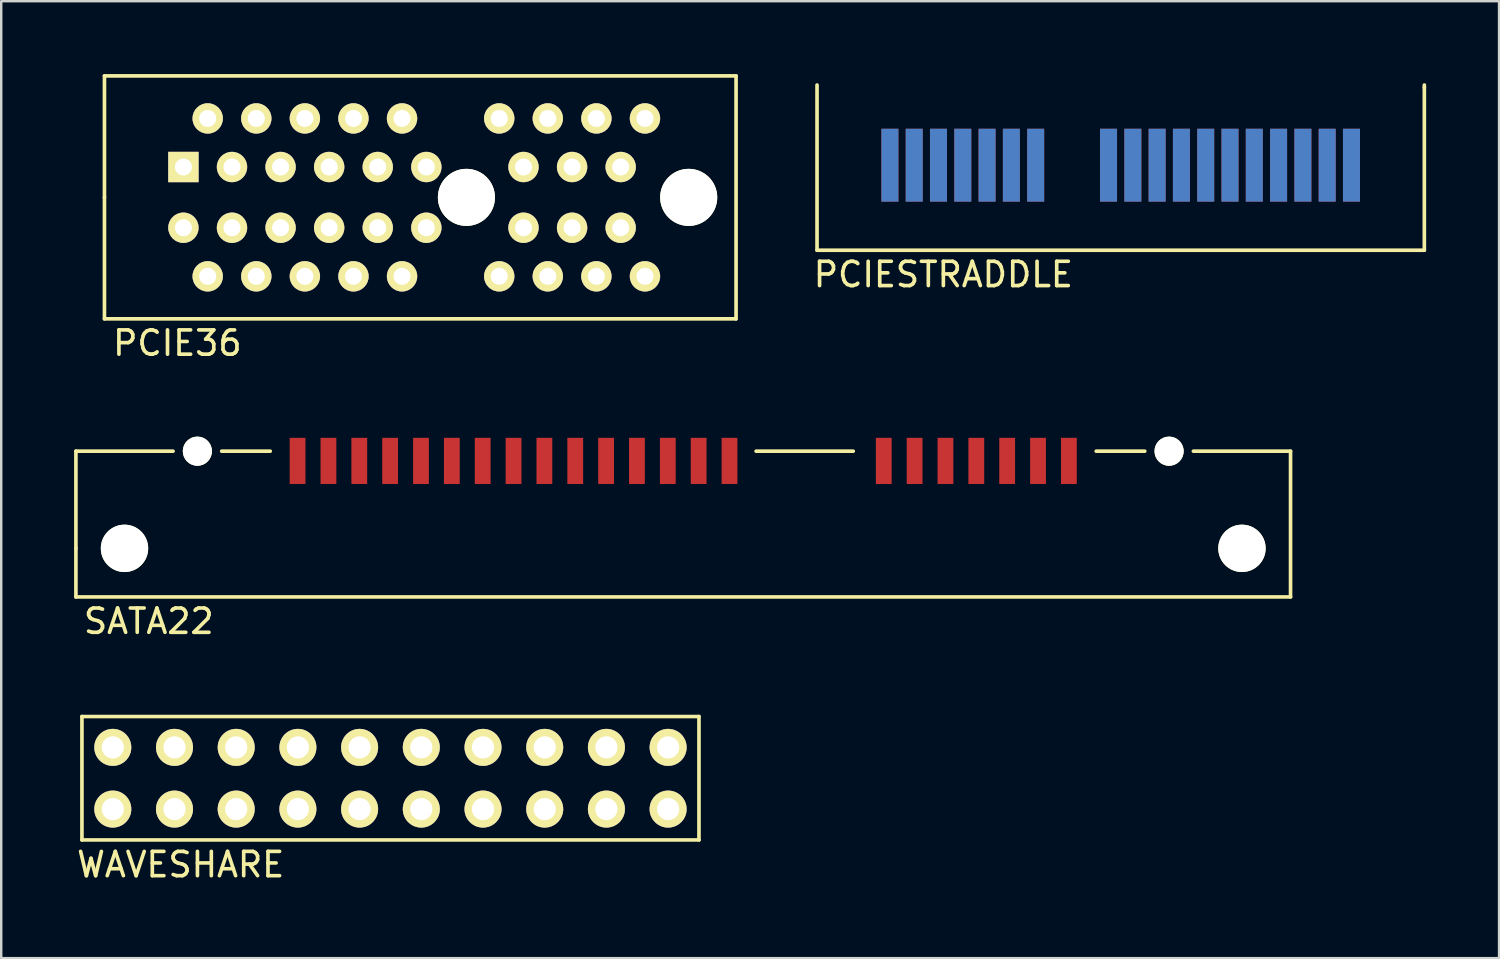
<source format=kicad_pcb>
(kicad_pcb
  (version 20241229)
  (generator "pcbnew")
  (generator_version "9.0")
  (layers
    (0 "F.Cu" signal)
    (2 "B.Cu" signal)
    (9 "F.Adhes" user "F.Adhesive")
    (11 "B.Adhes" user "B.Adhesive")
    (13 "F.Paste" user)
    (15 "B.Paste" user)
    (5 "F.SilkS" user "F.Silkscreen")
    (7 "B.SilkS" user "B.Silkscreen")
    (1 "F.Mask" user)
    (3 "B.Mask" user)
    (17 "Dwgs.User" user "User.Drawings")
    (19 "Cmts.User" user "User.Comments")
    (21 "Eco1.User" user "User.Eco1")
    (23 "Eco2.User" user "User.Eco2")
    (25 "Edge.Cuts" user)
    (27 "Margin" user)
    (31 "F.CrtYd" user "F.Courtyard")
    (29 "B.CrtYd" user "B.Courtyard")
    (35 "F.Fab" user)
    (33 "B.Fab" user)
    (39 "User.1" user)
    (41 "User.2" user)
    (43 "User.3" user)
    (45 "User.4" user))
  (footprint "PCIESTRADDLE"
    (layer "F.Cu")
    (at 41.083 0.25)
    (property "Reference" "PCIESTRADDLE" (at -5.3 8 0) (layer "F.SilkS") (effects (font (size 1 1) (thickness 0.15))))
    (attr through_hole)
    (fp_line (start -10.5 0.2) (end -10.5 7) (stroke (width 0.15) (type solid)) (layer "F.SilkS"))
    (fp_line (start -10.5 7) (end 14.5 7) (stroke (width 0.15) (type solid)) (layer "F.SilkS"))
    (fp_line (start 14.5 0.3) (end 14.5 0.2) (stroke (width 0.15) (type solid)) (layer "F.SilkS"))
    (fp_line (start 14.5 7) (end 14.5 0.3) (stroke (width 0.15) (type solid)) (layer "F.SilkS"))
    (pad "A1" smd rect (at 11.5 3.5) (size 0.7 3) (layers "B.Cu" "B.Mask" "B.Paste"))
    (pad "A2" smd rect (at 10.5 3.5) (size 0.7 3) (layers "B.Cu" "B.Mask" "B.Paste"))
    (pad "A3" smd rect (at 9.5 3.5) (size 0.7 3) (layers "B.Cu" "B.Mask" "B.Paste"))
    (pad "A4" smd rect (at 8.5 3.5) (size 0.7 3) (layers "B.Cu" "B.Mask" "B.Paste"))
    (pad "A5" smd rect (at 7.5 3.5) (size 0.7 3) (layers "B.Cu" "B.Mask" "B.Paste"))
    (pad "A6" smd rect (at 6.5 3.5) (size 0.7 3) (layers "B.Cu" "B.Mask" "B.Paste"))
    (pad "A7" smd rect (at 5.5 3.5) (size 0.7 3) (layers "B.Cu" "B.Mask" "B.Paste"))
    (pad "A8" smd rect (at 4.5 3.5) (size 0.7 3) (layers "B.Cu" "B.Mask" "B.Paste"))
    (pad "A9" smd rect (at 3.5 3.5) (size 0.7 3) (layers "B.Cu" "B.Mask" "B.Paste"))
    (pad "A10" smd rect (at 2.5 3.5) (size 0.7 3) (layers "B.Cu" "B.Mask" "B.Paste"))
    (pad "A11" smd rect (at 1.5 3.5) (size 0.7 3) (layers "B.Cu" "B.Mask" "B.Paste"))
    (pad "A12" smd rect (at -1.5 3.5) (size 0.7 3) (layers "B.Cu" "B.Mask" "B.Paste"))
    (pad "A13" smd rect (at -2.5 3.5) (size 0.7 3) (layers "B.Cu" "B.Mask" "B.Paste"))
    (pad "A14" smd rect (at -3.5 3.5) (size 0.7 3) (layers "B.Cu" "B.Mask" "B.Paste"))
    (pad "A15" smd rect (at -4.5 3.5) (size 0.7 3) (layers "B.Cu" "B.Mask" "B.Paste"))
    (pad "A16" smd rect (at -5.5 3.5) (size 0.7 3) (layers "B.Cu" "B.Mask" "B.Paste"))
    (pad "A17" smd rect (at -6.5 3.5) (size 0.7 3) (layers "B.Cu" "B.Mask" "B.Paste"))
    (pad "A18" smd rect (at -7.5 3.5) (size 0.7 3) (layers "B.Cu" "B.Mask" "B.Paste"))
    (pad "B1" smd rect (at 11.5 3.5) (size 0.7 3) (layers "F.Cu" "F.Mask" "F.Paste"))
    (pad "B2" smd rect (at 10.5 3.5) (size 0.7 3) (layers "F.Cu" "F.Mask" "F.Paste"))
    (pad "B3" smd rect (at 9.5 3.5) (size 0.7 3) (layers "F.Cu" "F.Mask" "F.Paste"))
    (pad "B4" smd rect (at 8.5 3.5) (size 0.7 3) (layers "F.Cu" "F.Mask" "F.Paste"))
    (pad "B5" smd rect (at 7.5 3.5) (size 0.7 3) (layers "F.Cu" "F.Mask" "F.Paste"))
    (pad "B6" smd rect (at 6.5 3.5) (size 0.7 3) (layers "F.Cu" "F.Mask" "F.Paste"))
    (pad "B7" smd rect (at 5.5 3.5) (size 0.7 3) (layers "F.Cu" "F.Mask" "F.Paste"))
    (pad "B8" smd rect (at 4.5 3.5) (size 0.7 3) (layers "F.Cu" "F.Mask" "F.Paste"))
    (pad "B9" smd rect (at 3.5 3.5) (size 0.7 3) (layers "F.Cu" "F.Mask" "F.Paste"))
    (pad "B10" smd rect (at 2.5 3.5) (size 0.7 3) (layers "F.Cu" "F.Mask" "F.Paste"))
    (pad "B11" smd rect (at 1.5 3.5) (size 0.7 3) (layers "F.Cu" "F.Mask" "F.Paste"))
    (pad "B12" smd rect (at -1.5 3.5) (size 0.7 3) (layers "F.Cu" "F.Mask" "F.Paste"))
    (pad "B13" smd rect (at -2.5 3.5) (size 0.7 3) (layers "F.Cu" "F.Mask" "F.Paste"))
    (pad "B14" smd rect (at -3.5 3.5) (size 0.7 3) (layers "F.Cu" "F.Mask" "F.Paste"))
    (pad "B15" smd rect (at -4.5 3.5) (size 0.7 3) (layers "F.Cu" "F.Mask" "F.Paste"))
    (pad "B16" smd rect (at -5.5 3.5) (size 0.7 3) (layers "F.Cu" "F.Mask" "F.Paste"))
    (pad "B17" smd rect (at -6.5 3.5) (size 0.7 3) (layers "F.Cu" "F.Mask" "F.Paste"))
    (pad "B18" smd rect (at -7.5 3.5) (size 0.7 3) (layers "F.Cu" "F.Mask" "F.Paste")))
  (footprint "WAVESHARE"
    (layer "F.Cu")
    (at 1.593 30.256)
    (property "Reference" "WAVESHARE" (at 2.794 2.286 0) (layer "F.SilkS") (effects (font (size 1 1) (thickness 0.15))))
    (attr through_hole)
    (fp_line (start -1.27 -3.81) (end -1.27 1.27) (stroke (width 0.15) (type solid)) (layer "F.SilkS"))
    (fp_line (start -1.27 1.27) (end 24.13 1.27) (stroke (width 0.15) (type solid)) (layer "F.SilkS"))
    (fp_line (start 24.13 -3.81) (end -1.27 -3.81) (stroke (width 0.15) (type solid)) (layer "F.SilkS"))
    (fp_line (start 24.13 1.27) (end 24.13 -3.81) (stroke (width 0.15) (type solid)) (layer "F.SilkS"))
    (pad "1" thru_hole circle (at 0 0) (size 1.524 1.524) (drill 0.914) (layers "*.Cu" "*.Mask" "F.SilkS"))
    (pad "2" thru_hole circle (at 2.54 0) (size 1.524 1.524) (drill 0.914) (layers "*.Cu" "*.Mask" "F.SilkS"))
    (pad "3" thru_hole circle (at 5.08 0) (size 1.524 1.524) (drill 0.914) (layers "*.Cu" "*.Mask" "F.SilkS"))
    (pad "4" thru_hole circle (at 7.62 0) (size 1.524 1.524) (drill 0.914) (layers "*.Cu" "*.Mask" "F.SilkS"))
    (pad "5" thru_hole circle (at 10.16 0) (size 1.524 1.524) (drill 0.914) (layers "*.Cu" "*.Mask" "F.SilkS"))
    (pad "6" thru_hole circle (at 12.7 0) (size 1.524 1.524) (drill 0.914) (layers "*.Cu" "*.Mask" "F.SilkS"))
    (pad "7" thru_hole circle (at 15.24 0) (size 1.524 1.524) (drill 0.914) (layers "*.Cu" "*.Mask" "F.SilkS"))
    (pad "8" thru_hole circle (at 17.78 0) (size 1.524 1.524) (drill 0.914) (layers "*.Cu" "*.Mask" "F.SilkS"))
    (pad "9" thru_hole circle (at 20.32 0) (size 1.524 1.524) (drill 0.914) (layers "*.Cu" "*.Mask" "F.SilkS"))
    (pad "10" thru_hole circle (at 22.86 0) (size 1.524 1.524) (drill 0.914) (layers "*.Cu" "*.Mask" "F.SilkS"))
    (pad "11" thru_hole circle (at 22.86 -2.54) (size 1.524 1.524) (drill 0.914) (layers "*.Cu" "*.Mask" "F.SilkS"))
    (pad "12" thru_hole circle (at 20.32 -2.54) (size 1.524 1.524) (drill 0.914) (layers "*.Cu" "*.Mask" "F.SilkS"))
    (pad "13" thru_hole circle (at 17.78 -2.54) (size 1.524 1.524) (drill 0.914) (layers "*.Cu" "*.Mask" "F.SilkS"))
    (pad "14" thru_hole circle (at 15.24 -2.54) (size 1.524 1.524) (drill 0.914) (layers "*.Cu" "*.Mask" "F.SilkS"))
    (pad "15" thru_hole circle (at 12.7 -2.54) (size 1.524 1.524) (drill 0.914) (layers "*.Cu" "*.Mask" "F.SilkS"))
    (pad "16" thru_hole circle (at 10.16 -2.54) (size 1.524 1.524) (drill 0.914) (layers "*.Cu" "*.Mask" "F.SilkS"))
    (pad "17" thru_hole circle (at 7.62 -2.54) (size 1.524 1.524) (drill 0.914) (layers "*.Cu" "*.Mask" "F.SilkS"))
    (pad "18" thru_hole circle (at 5.08 -2.54) (size 1.524 1.524) (drill 0.914) (layers "*.Cu" "*.Mask" "F.SilkS"))
    (pad "19" thru_hole circle (at 2.54 -2.54) (size 1.524 1.524) (drill 0.914) (layers "*.Cu" "*.Mask" "F.SilkS"))
    (pad "20" thru_hole circle (at 0 -2.54) (size 1.524 1.524) (drill 0.914) (layers "*.Cu" "*.Mask" "F.SilkS")))
  (footprint "PCIE36"
    (layer "F.Cu")
    (at 0.25 5.075)
    (property "Reference" "PCIE36" (at 4 6 0) (layer "F.SilkS") (effects (font (size 1 1) (thickness 0.15))))
    (attr through_hole)
    (fp_line (start 1 -5) (end 27 -5) (stroke (width 0.15) (type solid)) (layer "F.SilkS"))
    (fp_line (start 1 0) (end 1 -5) (stroke (width 0.15) (type solid)) (layer "F.SilkS"))
    (fp_line (start 1 5) (end 1 0) (stroke (width 0.15) (type solid)) (layer "F.SilkS"))
    (fp_line (start 27 -5) (end 27 5) (stroke (width 0.15) (type solid)) (layer "F.SilkS"))
    (fp_line (start 27 5) (end 1 5) (stroke (width 0.15) (type solid)) (layer "F.SilkS"))
    (pad "" np_thru_hole circle (at 15.9 0) (size 2.35 2.35) (drill 2.35) (layers "*.Cu" "*.Mask" "F.SilkS"))
    (pad "" np_thru_hole circle (at 25.05 0) (size 2.35 2.35) (drill 2.35) (layers "*.Cu" "*.Mask" "F.SilkS"))
    (pad "A1" thru_hole rect (at 4.25 -1.25) (size 1.25 1.25) (drill 0.7) (layers "*.Cu" "*.Mask" "F.SilkS"))
    (pad "A2" thru_hole circle (at 5.25 -3.25) (size 1.25 1.25) (drill 0.7) (layers "*.Cu" "*.Mask" "F.SilkS"))
    (pad "A3" thru_hole circle (at 6.25 -1.25) (size 1.25 1.25) (drill 0.7) (layers "*.Cu" "*.Mask" "F.SilkS"))
    (pad "A4" thru_hole circle (at 7.25 -3.25) (size 1.25 1.25) (drill 0.7) (layers "*.Cu" "*.Mask" "F.SilkS"))
    (pad "A5" thru_hole circle (at 8.25 -1.25) (size 1.25 1.25) (drill 0.7) (layers "*.Cu" "*.Mask" "F.SilkS"))
    (pad "A6" thru_hole circle (at 9.25 -3.25) (size 1.25 1.25) (drill 0.7) (layers "*.Cu" "*.Mask" "F.SilkS"))
    (pad "A7" thru_hole circle (at 10.25 -1.25) (size 1.25 1.25) (drill 0.7) (layers "*.Cu" "*.Mask" "F.SilkS"))
    (pad "A8" thru_hole circle (at 11.25 -3.25) (size 1.25 1.25) (drill 0.7) (layers "*.Cu" "*.Mask" "F.SilkS"))
    (pad "A9" thru_hole circle (at 12.25 -1.25) (size 1.25 1.25) (drill 0.7) (layers "*.Cu" "*.Mask" "F.SilkS"))
    (pad "A10" thru_hole circle (at 13.25 -3.25) (size 1.25 1.25) (drill 0.7) (layers "*.Cu" "*.Mask" "F.SilkS"))
    (pad "A11" thru_hole circle (at 14.25 -1.25) (size 1.25 1.25) (drill 0.7) (layers "*.Cu" "*.Mask" "F.SilkS"))
    (pad "A12" thru_hole circle (at 17.25 -3.25) (size 1.25 1.25) (drill 0.7) (layers "*.Cu" "*.Mask" "F.SilkS"))
    (pad "A13" thru_hole circle (at 18.25 -1.25) (size 1.25 1.25) (drill 0.7) (layers "*.Cu" "*.Mask" "F.SilkS"))
    (pad "A14" thru_hole circle (at 19.25 -3.25) (size 1.25 1.25) (drill 0.7) (layers "*.Cu" "*.Mask" "F.SilkS"))
    (pad "A15" thru_hole circle (at 20.25 -1.25) (size 1.25 1.25) (drill 0.7) (layers "*.Cu" "*.Mask" "F.SilkS"))
    (pad "A16" thru_hole circle (at 21.25 -3.25) (size 1.25 1.25) (drill 0.7) (layers "*.Cu" "*.Mask" "F.SilkS"))
    (pad "A17" thru_hole circle (at 22.25 -1.25) (size 1.25 1.25) (drill 0.7) (layers "*.Cu" "*.Mask" "F.SilkS"))
    (pad "A18" thru_hole circle (at 23.25 -3.25) (size 1.25 1.25) (drill 0.7) (layers "*.Cu" "*.Mask" "F.SilkS"))
    (pad "B1" thru_hole circle (at 4.25 1.25) (size 1.25 1.25) (drill 0.7) (layers "*.Cu" "*.Mask" "F.SilkS"))
    (pad "B2" thru_hole circle (at 5.25 3.25) (size 1.25 1.25) (drill 0.7) (layers "*.Cu" "*.Mask" "F.SilkS"))
    (pad "B3" thru_hole circle (at 6.25 1.25) (size 1.25 1.25) (drill 0.7) (layers "*.Cu" "*.Mask" "F.SilkS"))
    (pad "B4" thru_hole circle (at 7.25 3.25) (size 1.25 1.25) (drill 0.7) (layers "*.Cu" "*.Mask" "F.SilkS"))
    (pad "B5" thru_hole circle (at 8.25 1.25) (size 1.25 1.25) (drill 0.7) (layers "*.Cu" "*.Mask" "F.SilkS"))
    (pad "B6" thru_hole circle (at 9.25 3.25) (size 1.25 1.25) (drill 0.7) (layers "*.Cu" "*.Mask" "F.SilkS"))
    (pad "B7" thru_hole circle (at 10.25 1.25) (size 1.25 1.25) (drill 0.7) (layers "*.Cu" "*.Mask" "F.SilkS"))
    (pad "B8" thru_hole circle (at 11.25 3.25) (size 1.25 1.25) (drill 0.7) (layers "*.Cu" "*.Mask" "F.SilkS"))
    (pad "B9" thru_hole circle (at 12.25 1.25) (size 1.25 1.25) (drill 0.7) (layers "*.Cu" "*.Mask" "F.SilkS"))
    (pad "B10" thru_hole circle (at 13.25 3.25) (size 1.25 1.25) (drill 0.7) (layers "*.Cu" "*.Mask" "F.SilkS"))
    (pad "B11" thru_hole circle (at 14.25 1.25) (size 1.25 1.25) (drill 0.7) (layers "*.Cu" "*.Mask" "F.SilkS"))
    (pad "B12" thru_hole circle (at 17.25 3.25) (size 1.25 1.25) (drill 0.7) (layers "*.Cu" "*.Mask" "F.SilkS"))
    (pad "B13" thru_hole circle (at 18.25 1.25) (size 1.25 1.25) (drill 0.7) (layers "*.Cu" "*.Mask" "F.SilkS"))
    (pad "B14" thru_hole circle (at 19.25 3.25) (size 1.25 1.25) (drill 0.7) (layers "*.Cu" "*.Mask" "F.SilkS"))
    (pad "B15" thru_hole circle (at 20.25 1.25) (size 1.25 1.25) (drill 0.7) (layers "*.Cu" "*.Mask" "F.SilkS"))
    (pad "B16" thru_hole circle (at 21.25 3.25) (size 1.25 1.25) (drill 0.7) (layers "*.Cu" "*.Mask" "F.SilkS"))
    (pad "B17" thru_hole circle (at 22.25 1.25) (size 1.25 1.25) (drill 0.7) (layers "*.Cu" "*.Mask" "F.SilkS"))
    (pad "B18" thru_hole circle (at 23.25 3.25) (size 1.25 1.25) (drill 0.7) (layers "*.Cu" "*.Mask" "F.SilkS")))
  (footprint "SATA22"
    (layer "F.Cu")
    (at 25.075 19.523)
    (property "Reference" "SATA22" (at -22 3 0) (layer "F.SilkS") (effects (font (size 1 1) (thickness 0.15))))
    (attr through_hole)
    (fp_line (start -25 -4) (end -21 -4) (stroke (width 0.15) (type solid)) (layer "F.SilkS"))
    (fp_line (start -25 0) (end -25 -4) (stroke (width 0.15) (type solid)) (layer "F.SilkS"))
    (fp_line (start -25 2) (end -25 0) (stroke (width 0.15) (type solid)) (layer "F.SilkS"))
    (fp_line (start -19 -4) (end -17 -4) (stroke (width 0.15) (type solid)) (layer "F.SilkS"))
    (fp_line (start 3 -4) (end 7 -4) (stroke (width 0.15) (type solid)) (layer "F.SilkS"))
    (fp_line (start 17 -4) (end 19 -4) (stroke (width 0.15) (type solid)) (layer "F.SilkS"))
    (fp_line (start 21 -4) (end 25 -4) (stroke (width 0.15) (type solid)) (layer "F.SilkS"))
    (fp_line (start 25 -4) (end 25 2) (stroke (width 0.15) (type solid)) (layer "F.SilkS"))
    (fp_line (start 25 2) (end -25 2) (stroke (width 0.15) (type solid)) (layer "F.SilkS"))
    (pad "" np_thru_hole circle (at -23 0) (size 1.95 1.95) (drill 1.95) (layers "*.Cu" "*.Mask" "F.SilkS"))
    (pad "" np_thru_hole circle (at -20 -4) (size 1.2 1.2) (drill 1.2) (layers "*.Cu" "*.Mask" "F.SilkS"))
    (pad "" np_thru_hole circle (at 20 -4) (size 1.2 1.2) (drill 1.2) (layers "*.Cu" "*.Mask" "F.SilkS"))
    (pad "" np_thru_hole circle (at 23 0) (size 1.95 1.95) (drill 1.95) (layers "*.Cu" "*.Mask" "F.SilkS"))
    (pad "P1" smd rect (at 1.905 -3.6) (size 0.65 1.9) (layers "F.Cu" "F.Mask" "F.Paste"))
    (pad "P2" smd rect (at 0.635 -3.6) (size 0.65 1.9) (layers "F.Cu" "F.Mask" "F.Paste"))
    (pad "P3" smd rect (at -0.635 -3.6) (size 0.65 1.9) (layers "F.Cu" "F.Mask" "F.Paste"))
    (pad "P4" smd rect (at -1.905 -3.6) (size 0.65 1.9) (layers "F.Cu" "F.Mask" "F.Paste"))
    (pad "P5" smd rect (at -3.175 -3.6) (size 0.65 1.9) (layers "F.Cu" "F.Mask" "F.Paste"))
    (pad "P6" smd rect (at -4.445 -3.6) (size 0.65 1.9) (layers "F.Cu" "F.Mask" "F.Paste"))
    (pad "P7" smd rect (at -5.715 -3.6) (size 0.65 1.9) (layers "F.Cu" "F.Mask" "F.Paste"))
    (pad "P8" smd rect (at -6.985 -3.6) (size 0.65 1.9) (layers "F.Cu" "F.Mask" "F.Paste"))
    (pad "P9" smd rect (at -8.255 -3.6) (size 0.65 1.9) (layers "F.Cu" "F.Mask" "F.Paste"))
    (pad "P10" smd rect (at -9.525 -3.6) (size 0.65 1.9) (layers "F.Cu" "F.Mask" "F.Paste"))
    (pad "P11" smd rect (at -10.795 -3.6) (size 0.65 1.9) (layers "F.Cu" "F.Mask" "F.Paste"))
    (pad "P12" smd rect (at -12.065 -3.6) (size 0.65 1.9) (layers "F.Cu" "F.Mask" "F.Paste"))
    (pad "P13" smd rect (at -13.335 -3.6) (size 0.65 1.9) (layers "F.Cu" "F.Mask" "F.Paste"))
    (pad "P14" smd rect (at -14.605 -3.6) (size 0.65 1.9) (layers "F.Cu" "F.Mask" "F.Paste"))
    (pad "P15" smd rect (at -15.875 -3.6) (size 0.65 1.9) (layers "F.Cu" "F.Mask" "F.Paste"))
    (pad "S1" smd rect (at 15.875 -3.6) (size 0.65 1.9) (layers "F.Cu" "F.Mask" "F.Paste"))
    (pad "S2" smd rect (at 14.605 -3.6) (size 0.65 1.9) (layers "F.Cu" "F.Mask" "F.Paste"))
    (pad "S3" smd rect (at 13.335 -3.6) (size 0.65 1.9) (layers "F.Cu" "F.Mask" "F.Paste"))
    (pad "S4" smd rect (at 12.065 -3.6) (size 0.65 1.9) (layers "F.Cu" "F.Mask" "F.Paste"))
    (pad "S5" smd rect (at 10.795 -3.6) (size 0.65 1.9) (layers "F.Cu" "F.Mask" "F.Paste"))
    (pad "S6" smd rect (at 9.525 -3.6) (size 0.65 1.9) (layers "F.Cu" "F.Mask" "F.Paste"))
    (pad "S7" smd rect (at 8.255 -3.6) (size 0.65 1.9) (layers "F.Cu" "F.Mask" "F.Paste")))
  (gr_rect
    (start -3 -3)
    (end 58.658 36.391)
    (stroke (width 0.1) (type default))
    (fill no)
    (layer "Edge.Cuts")))
</source>
